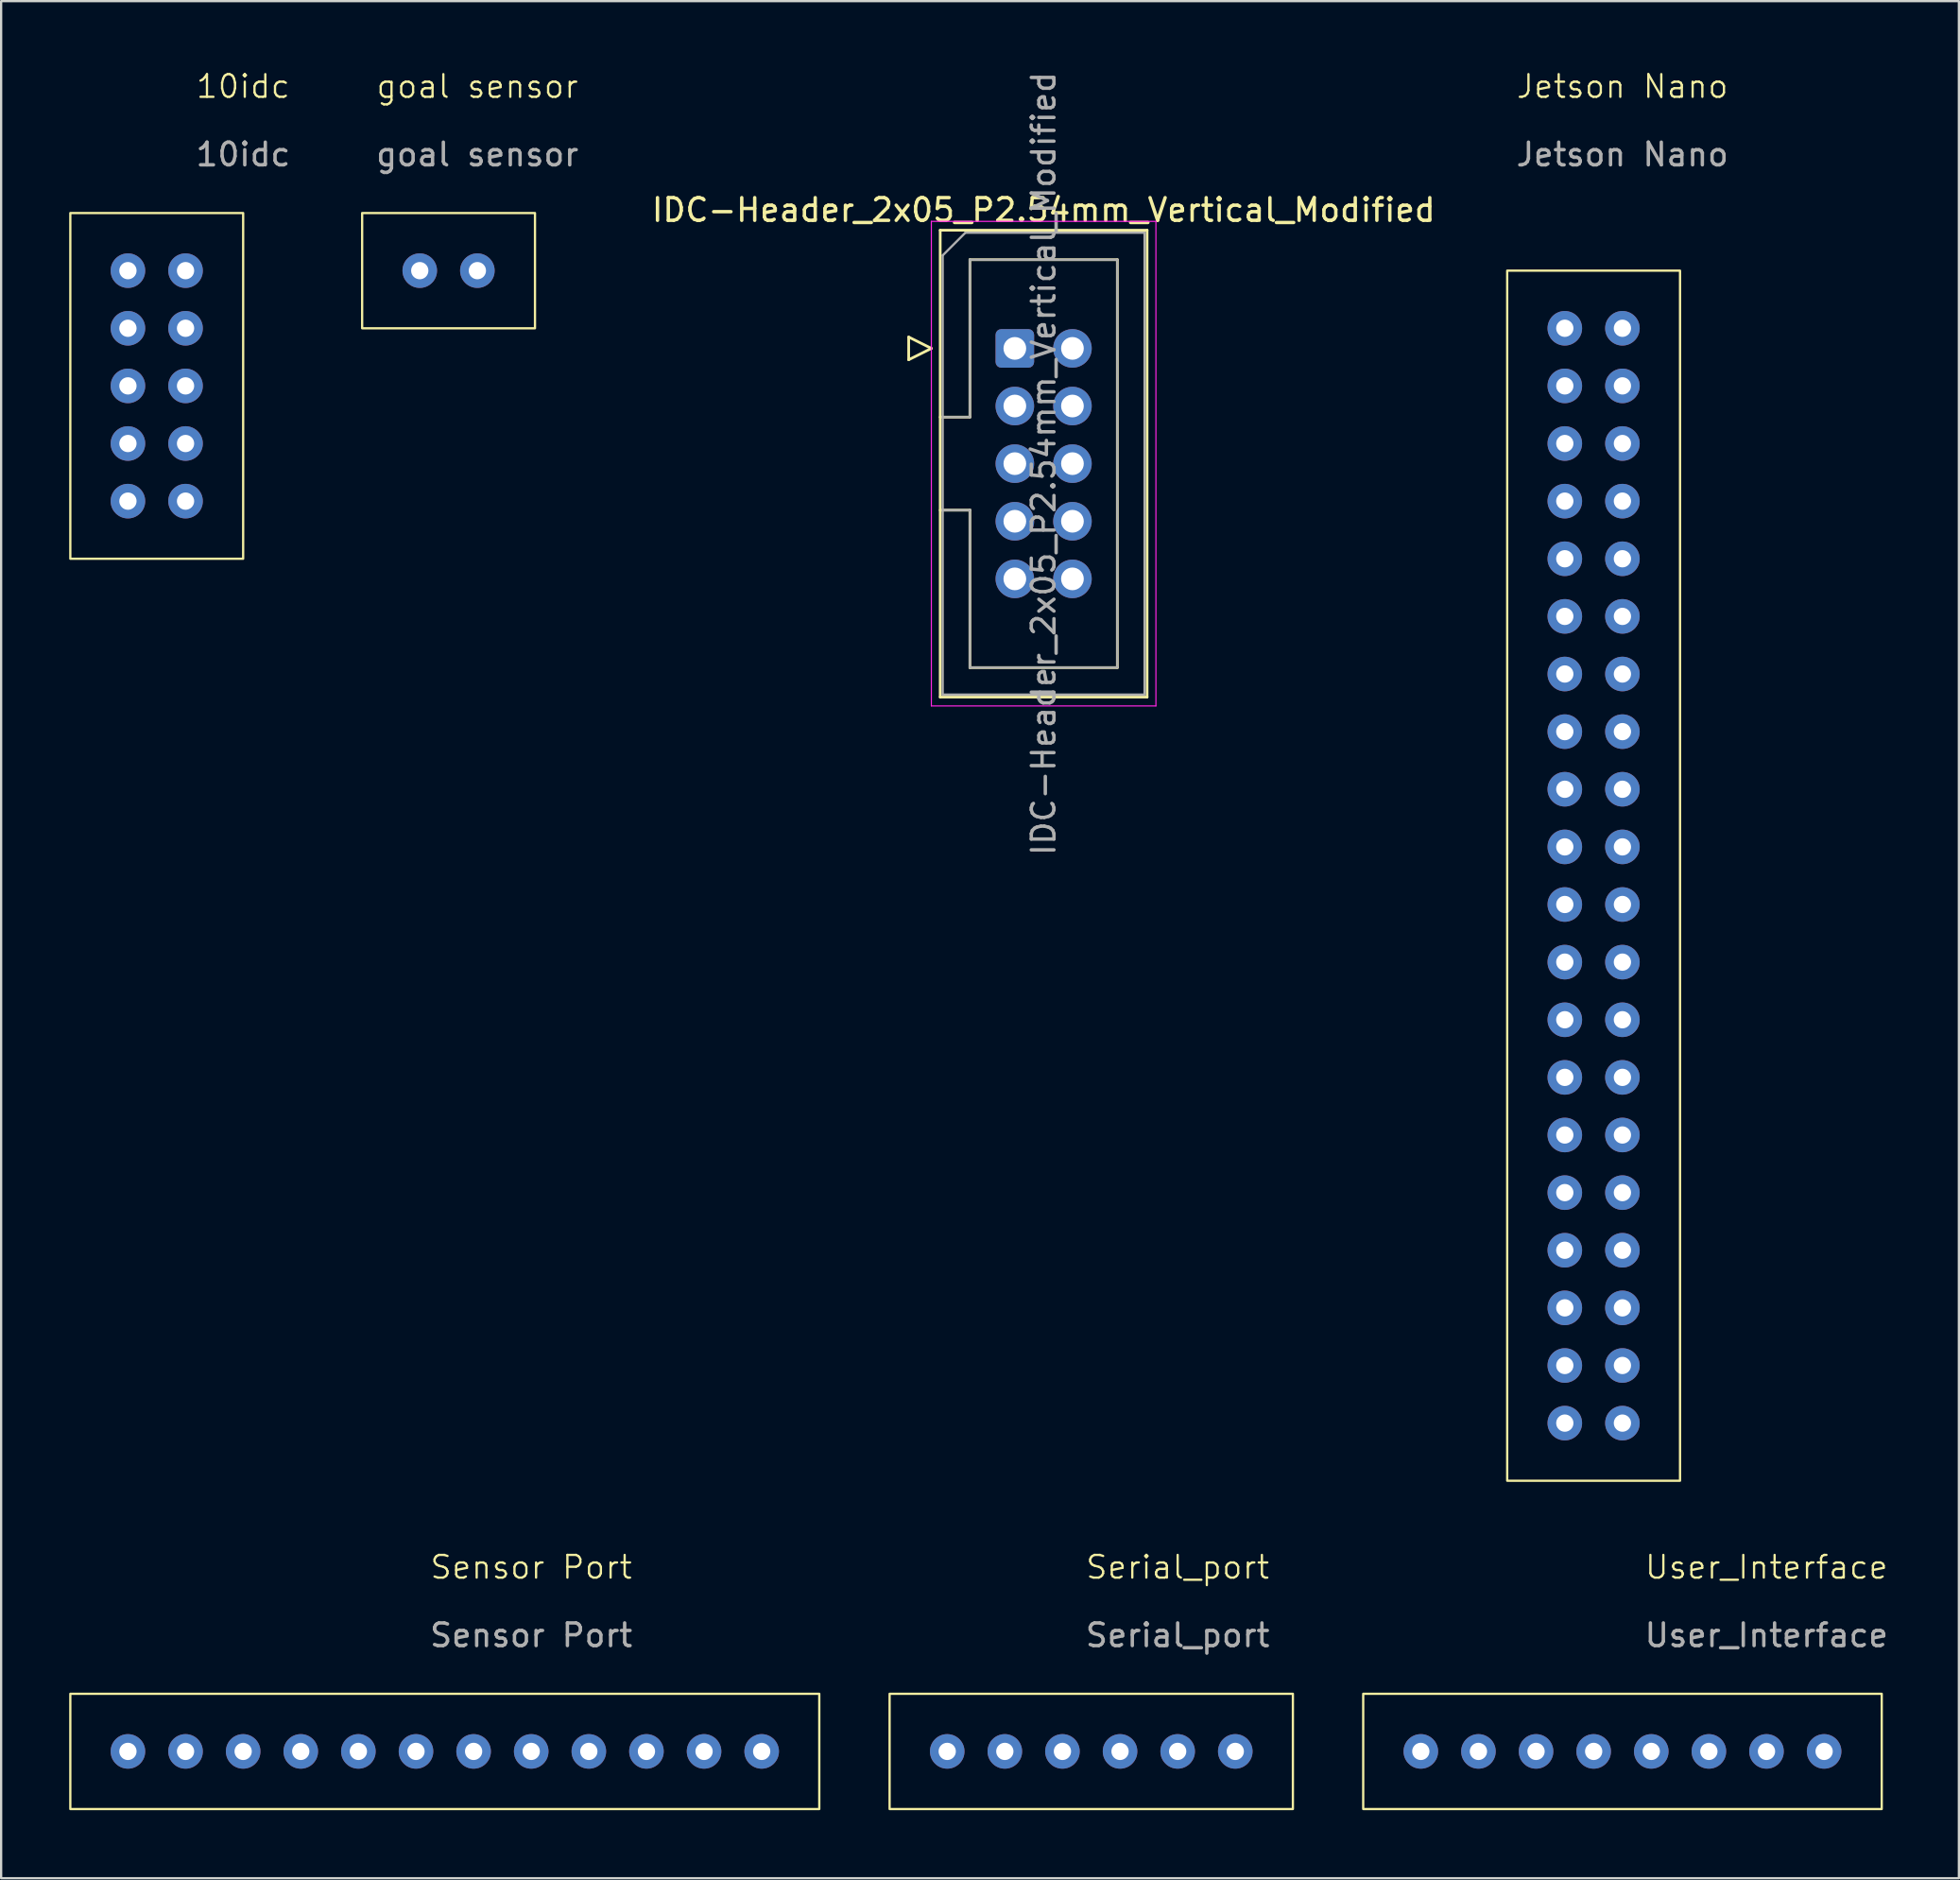
<source format=kicad_pcb>
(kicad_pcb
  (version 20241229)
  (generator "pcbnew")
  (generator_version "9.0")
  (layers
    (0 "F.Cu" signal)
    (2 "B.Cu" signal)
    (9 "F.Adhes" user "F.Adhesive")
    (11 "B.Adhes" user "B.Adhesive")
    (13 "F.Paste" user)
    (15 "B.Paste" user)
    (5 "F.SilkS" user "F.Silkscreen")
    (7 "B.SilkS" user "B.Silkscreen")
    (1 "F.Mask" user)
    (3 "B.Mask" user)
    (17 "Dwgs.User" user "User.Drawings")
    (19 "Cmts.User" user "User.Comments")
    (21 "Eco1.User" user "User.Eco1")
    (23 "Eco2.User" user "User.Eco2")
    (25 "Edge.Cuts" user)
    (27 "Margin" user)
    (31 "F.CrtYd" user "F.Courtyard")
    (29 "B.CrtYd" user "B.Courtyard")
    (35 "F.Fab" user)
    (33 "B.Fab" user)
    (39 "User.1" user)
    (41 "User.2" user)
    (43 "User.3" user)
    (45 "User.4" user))
  (footprint "IDC-Header_2x05_P2.54mm_Vertical_Modified"
    (layer "F.Cu")
    (at 41.691 12.307)
    (property "Reference" "IDC-Header_2x05_P2.54mm_Vertical_Modified" (at 1.27 -6.1 0) (layer "F.SilkS") (effects (font (size 1 1) (thickness 0.15))))
    (attr through_hole)
    (fp_line (start -4.68 -0.5) (end -4.68 0.5) (stroke (width 0.12) (type solid)) (layer "F.SilkS"))
    (fp_line (start -4.68 0.5) (end -3.68 0) (stroke (width 0.12) (type solid)) (layer "F.SilkS"))
    (fp_line (start -3.68 0) (end -4.68 -0.5) (stroke (width 0.12) (type solid)) (layer "F.SilkS"))
    (fp_line (start -3.29 -5.21) (end 5.83 -5.21) (stroke (width 0.12) (type solid)) (layer "F.SilkS"))
    (fp_line (start -3.29 3.03) (end -1.98 3.03) (stroke (width 0.12) (type solid)) (layer "F.SilkS"))
    (fp_line (start -3.29 15.37) (end -3.29 -5.21) (stroke (width 0.12) (type solid)) (layer "F.SilkS"))
    (fp_line (start -1.98 -3.91) (end 4.52 -3.91) (stroke (width 0.12) (type solid)) (layer "F.SilkS"))
    (fp_line (start -1.98 3.03) (end -1.98 -3.91) (stroke (width 0.12) (type solid)) (layer "F.SilkS"))
    (fp_line (start -1.98 7.13) (end -3.29 7.13) (stroke (width 0.12) (type solid)) (layer "F.SilkS"))
    (fp_line (start -1.98 7.13) (end -1.98 7.13) (stroke (width 0.12) (type solid)) (layer "F.SilkS"))
    (fp_line (start -1.98 14.07) (end -1.98 7.13) (stroke (width 0.12) (type solid)) (layer "F.SilkS"))
    (fp_line (start 4.52 -3.91) (end 4.52 14.07) (stroke (width 0.12) (type solid)) (layer "F.SilkS"))
    (fp_line (start 4.52 14.07) (end -1.98 14.07) (stroke (width 0.12) (type solid)) (layer "F.SilkS"))
    (fp_line (start 5.83 -5.21) (end 5.83 15.37) (stroke (width 0.12) (type solid)) (layer "F.SilkS"))
    (fp_line (start 5.83 15.37) (end -3.29 15.37) (stroke (width 0.12) (type solid)) (layer "F.SilkS"))
    (fp_line (start -3.68 -5.6) (end -3.68 15.76) (stroke (width 0.05) (type solid)) (layer "F.CrtYd"))
    (fp_line (start -3.68 15.76) (end 6.22 15.76) (stroke (width 0.05) (type solid)) (layer "F.CrtYd"))
    (fp_line (start 6.22 -5.6) (end -3.68 -5.6) (stroke (width 0.05) (type solid)) (layer "F.CrtYd"))
    (fp_line (start 6.22 15.76) (end 6.22 -5.6) (stroke (width 0.05) (type solid)) (layer "F.CrtYd"))
    (fp_line (start -3.18 -4.1) (end -2.18 -5.1) (stroke (width 0.1) (type solid)) (layer "F.Fab"))
    (fp_line (start -3.18 3.03) (end -1.98 3.03) (stroke (width 0.1) (type solid)) (layer "F.Fab"))
    (fp_line (start -3.18 15.26) (end -3.18 -4.1) (stroke (width 0.1) (type solid)) (layer "F.Fab"))
    (fp_line (start -2.18 -5.1) (end 5.72 -5.1) (stroke (width 0.1) (type solid)) (layer "F.Fab"))
    (fp_line (start -1.98 -3.91) (end 4.52 -3.91) (stroke (width 0.1) (type solid)) (layer "F.Fab"))
    (fp_line (start -1.98 3.03) (end -1.98 -3.91) (stroke (width 0.1) (type solid)) (layer "F.Fab"))
    (fp_line (start -1.98 7.13) (end -3.18 7.13) (stroke (width 0.1) (type solid)) (layer "F.Fab"))
    (fp_line (start -1.98 7.13) (end -1.98 7.13) (stroke (width 0.1) (type solid)) (layer "F.Fab"))
    (fp_line (start -1.98 14.07) (end -1.98 7.13) (stroke (width 0.1) (type solid)) (layer "F.Fab"))
    (fp_line (start 4.52 -3.91) (end 4.52 14.07) (stroke (width 0.1) (type solid)) (layer "F.Fab"))
    (fp_line (start 4.52 14.07) (end -1.98 14.07) (stroke (width 0.1) (type solid)) (layer "F.Fab"))
    (fp_line (start 5.72 -5.1) (end 5.72 15.26) (stroke (width 0.1) (type solid)) (layer "F.Fab"))
    (fp_line (start 5.72 15.26) (end -3.18 15.26) (stroke (width 0.1) (type solid)) (layer "F.Fab"))
    (fp_text user "${REFERENCE}" (at 1.27 5.08 90) (layer "F.Fab") (effects (font (size 1 1) (thickness 0.15))))
    (pad "1" thru_hole roundrect (at 0 0) (size 1.7 1.7) (drill 1) (layers "*.Cu" "*.Mask") (roundrect_rratio 0.147))
    (pad "2" thru_hole circle (at 0 2.54) (size 1.7 1.7) (drill 1) (layers "*.Cu" "*.Mask"))
    (pad "3" thru_hole circle (at 0 5.08) (size 1.7 1.7) (drill 1) (layers "*.Cu" "*.Mask"))
    (pad "4" thru_hole circle (at 0 7.62) (size 1.7 1.7) (drill 1) (layers "*.Cu" "*.Mask"))
    (pad "5" thru_hole circle (at 0 10.16) (size 1.7 1.7) (drill 1) (layers "*.Cu" "*.Mask"))
    (pad "6" thru_hole circle (at 2.54 0) (size 1.7 1.7) (drill 1) (layers "*.Cu" "*.Mask"))
    (pad "7" thru_hole circle (at 2.54 2.54) (size 1.7 1.7) (drill 1) (layers "*.Cu" "*.Mask"))
    (pad "8" thru_hole circle (at 2.54 5.08) (size 1.7 1.7) (drill 1) (layers "*.Cu" "*.Mask"))
    (pad "9" thru_hole circle (at 2.54 7.62) (size 1.7 1.7) (drill 1) (layers "*.Cu" "*.Mask"))
    (pad "10" thru_hole circle (at 2.54 10.16) (size 1.7 1.7) (drill 1) (layers "*.Cu" "*.Mask")))
  (footprint "goal sensor"
    (layer "F.Cu")
    (at 17.996 1.26)
    (property "Reference" "goal sensor" (at 0 -0.5 0) (unlocked yes) (layer "F.SilkS") (effects (font (size 1 1) (thickness 0.1))))
    (attr through_hole)
    (fp_rect (start -5.08 5.08) (end 2.54 10.16) (stroke (width 0.1) (type default)) (fill no) (layer "F.SilkS"))
    (fp_text user "${REFERENCE}" (at 0 2.5 0) (unlocked yes) (layer "F.Fab") (effects (font (size 1 1) (thickness 0.15))))
    (pad "1" thru_hole circle (at -2.54 7.62) (size 1.524 1.524) (drill 0.762) (layers "*.Cu" "*.Mask"))
    (pad "2" thru_hole circle (at 0 7.62) (size 1.524 1.524) (drill 0.762) (layers "*.Cu" "*.Mask")))
  (footprint "10idc"
    (layer "F.Cu")
    (at 7.67 1.26)
    (property "Reference" "10idc" (at 0 -0.5 0) (unlocked yes) (layer "F.SilkS") (effects (font (size 1 1) (thickness 0.1))))
    (attr through_hole)
    (fp_rect (start -7.62 5.08) (end 0 20.32) (stroke (width 0.1) (type default)) (fill no) (layer "F.SilkS"))
    (fp_text user "${REFERENCE}" (at 0 2.5 0) (unlocked yes) (layer "F.Fab") (effects (font (size 1 1) (thickness 0.15))))
    (pad "1" thru_hole circle (at -5.08 7.62) (size 1.524 1.524) (drill 0.762) (layers "*.Cu" "*.Mask"))
    (pad "2" thru_hole circle (at -5.08 10.16) (size 1.524 1.524) (drill 0.762) (layers "*.Cu" "*.Mask"))
    (pad "3" thru_hole circle (at -5.08 12.7) (size 1.524 1.524) (drill 0.762) (layers "*.Cu" "*.Mask"))
    (pad "4" thru_hole circle (at -5.08 15.24) (size 1.524 1.524) (drill 0.762) (layers "*.Cu" "*.Mask"))
    (pad "5" thru_hole circle (at -5.08 17.78) (size 1.524 1.524) (drill 0.762) (layers "*.Cu" "*.Mask"))
    (pad "6" thru_hole circle (at -2.54 7.62) (size 1.524 1.524) (drill 0.762) (layers "*.Cu" "*.Mask"))
    (pad "7" thru_hole circle (at -2.54 10.16) (size 1.524 1.524) (drill 0.762) (layers "*.Cu" "*.Mask"))
    (pad "8" thru_hole circle (at -2.54 12.7) (size 1.524 1.524) (drill 0.762) (layers "*.Cu" "*.Mask"))
    (pad "9" thru_hole circle (at -2.54 15.24) (size 1.524 1.524) (drill 0.762) (layers "*.Cu" "*.Mask"))
    (pad "10" thru_hole circle (at -2.54 17.78) (size 1.524 1.524) (drill 0.762) (layers "*.Cu" "*.Mask")))
  (footprint "Jetson Nano"
    (layer "F.Cu")
    (at 68.478 1.26)
    (property "Reference" "Jetson Nano" (at 0 -0.5 0) (unlocked yes) (layer "F.SilkS") (effects (font (size 1 1) (thickness 0.1))))
    (attr through_hole)
    (fp_rect (start -5.08 7.62) (end 2.54 60.96) (stroke (width 0.1) (type default)) (fill no) (layer "F.SilkS"))
    (fp_text user "${REFERENCE}" (at 0 2.5 0) (unlocked yes) (layer "F.Fab") (effects (font (size 1 1) (thickness 0.15))))
    (pad "1" thru_hole circle (at -2.54 10.16) (size 1.524 1.524) (drill 0.762) (layers "*.Cu" "*.Mask"))
    (pad "2" thru_hole circle (at 0 10.16) (size 1.524 1.524) (drill 0.762) (layers "*.Cu" "*.Mask"))
    (pad "3" thru_hole circle (at -2.54 12.7) (size 1.524 1.524) (drill 0.762) (layers "*.Cu" "*.Mask"))
    (pad "4" thru_hole circle (at 0 12.7) (size 1.524 1.524) (drill 0.762) (layers "*.Cu" "*.Mask"))
    (pad "5" thru_hole circle (at -2.54 15.24) (size 1.524 1.524) (drill 0.762) (layers "*.Cu" "*.Mask"))
    (pad "6" thru_hole circle (at 0 15.24) (size 1.524 1.524) (drill 0.762) (layers "*.Cu" "*.Mask"))
    (pad "7" thru_hole circle (at -2.54 17.78) (size 1.524 1.524) (drill 0.762) (layers "*.Cu" "*.Mask"))
    (pad "8" thru_hole circle (at 0 17.78) (size 1.524 1.524) (drill 0.762) (layers "*.Cu" "*.Mask"))
    (pad "9" thru_hole circle (at -2.54 20.32) (size 1.524 1.524) (drill 0.762) (layers "*.Cu" "*.Mask"))
    (pad "10" thru_hole circle (at 0 20.32) (size 1.524 1.524) (drill 0.762) (layers "*.Cu" "*.Mask"))
    (pad "11" thru_hole circle (at -2.54 22.86) (size 1.524 1.524) (drill 0.762) (layers "*.Cu" "*.Mask"))
    (pad "12" thru_hole circle (at 0 22.86) (size 1.524 1.524) (drill 0.762) (layers "*.Cu" "*.Mask"))
    (pad "13" thru_hole circle (at -2.54 25.4) (size 1.524 1.524) (drill 0.762) (layers "*.Cu" "*.Mask"))
    (pad "14" thru_hole circle (at 0 25.4) (size 1.524 1.524) (drill 0.762) (layers "*.Cu" "*.Mask"))
    (pad "15" thru_hole circle (at -2.54 27.94) (size 1.524 1.524) (drill 0.762) (layers "*.Cu" "*.Mask"))
    (pad "16" thru_hole circle (at 0 27.94) (size 1.524 1.524) (drill 0.762) (layers "*.Cu" "*.Mask"))
    (pad "17" thru_hole circle (at -2.54 30.48) (size 1.524 1.524) (drill 0.762) (layers "*.Cu" "*.Mask"))
    (pad "18" thru_hole circle (at 0 30.48) (size 1.524 1.524) (drill 0.762) (layers "*.Cu" "*.Mask"))
    (pad "19" thru_hole circle (at -2.54 33.02) (size 1.524 1.524) (drill 0.762) (layers "*.Cu" "*.Mask"))
    (pad "20" thru_hole circle (at 0 33.02) (size 1.524 1.524) (drill 0.762) (layers "*.Cu" "*.Mask"))
    (pad "21" thru_hole circle (at -2.54 35.56) (size 1.524 1.524) (drill 0.762) (layers "*.Cu" "*.Mask"))
    (pad "22" thru_hole circle (at 0 35.56) (size 1.524 1.524) (drill 0.762) (layers "*.Cu" "*.Mask"))
    (pad "23" thru_hole circle (at -2.54 38.1) (size 1.524 1.524) (drill 0.762) (layers "*.Cu" "*.Mask"))
    (pad "24" thru_hole circle (at 0 38.1) (size 1.524 1.524) (drill 0.762) (layers "*.Cu" "*.Mask"))
    (pad "25" thru_hole circle (at -2.54 40.64) (size 1.524 1.524) (drill 0.762) (layers "*.Cu" "*.Mask"))
    (pad "26" thru_hole circle (at 0 40.64) (size 1.524 1.524) (drill 0.762) (layers "*.Cu" "*.Mask"))
    (pad "27" thru_hole circle (at -2.54 43.18) (size 1.524 1.524) (drill 0.762) (layers "*.Cu" "*.Mask"))
    (pad "28" thru_hole circle (at 0 43.18) (size 1.524 1.524) (drill 0.762) (layers "*.Cu" "*.Mask"))
    (pad "29" thru_hole circle (at -2.54 45.72) (size 1.524 1.524) (drill 0.762) (layers "*.Cu" "*.Mask"))
    (pad "30" thru_hole circle (at 0 45.72) (size 1.524 1.524) (drill 0.762) (layers "*.Cu" "*.Mask"))
    (pad "31" thru_hole circle (at -2.54 48.26) (size 1.524 1.524) (drill 0.762) (layers "*.Cu" "*.Mask"))
    (pad "32" thru_hole circle (at 0 48.26) (size 1.524 1.524) (drill 0.762) (layers "*.Cu" "*.Mask"))
    (pad "33" thru_hole circle (at -2.54 50.8) (size 1.524 1.524) (drill 0.762) (layers "*.Cu" "*.Mask"))
    (pad "34" thru_hole circle (at 0 50.8) (size 1.524 1.524) (drill 0.762) (layers "*.Cu" "*.Mask"))
    (pad "35" thru_hole circle (at -2.54 53.34) (size 1.524 1.524) (drill 0.762) (layers "*.Cu" "*.Mask"))
    (pad "36" thru_hole circle (at 0 53.34) (size 1.524 1.524) (drill 0.762) (layers "*.Cu" "*.Mask"))
    (pad "37" thru_hole circle (at -2.54 55.88) (size 1.524 1.524) (drill 0.762) (layers "*.Cu" "*.Mask"))
    (pad "38" thru_hole circle (at 0 55.88) (size 1.524 1.524) (drill 0.762) (layers "*.Cu" "*.Mask"))
    (pad "39" thru_hole circle (at -2.54 58.42) (size 1.524 1.524) (drill 0.762) (layers "*.Cu" "*.Mask"))
    (pad "40" thru_hole circle (at 0 58.42) (size 1.524 1.524) (drill 0.762) (layers "*.Cu" "*.Mask")))
  (footprint "Sensor Port"
    (layer "F.Cu")
    (at 20.37 66.531)
    (property "Reference" "Sensor Port" (at 0 -0.5 0) (unlocked yes) (layer "F.SilkS") (effects (font (size 1 1) (thickness 0.1))))
    (attr through_hole)
    (fp_rect (start -20.32 5.08) (end 12.7 10.16) (stroke (width 0.1) (type default)) (fill no) (layer "F.SilkS"))
    (fp_text user "${REFERENCE}" (at 0 2.5 0) (unlocked yes) (layer "F.Fab") (effects (font (size 1 1) (thickness 0.15))))
    (pad "1" thru_hole circle (at -17.78 7.62) (size 1.524 1.524) (drill 0.762) (layers "*.Cu" "*.Mask"))
    (pad "2" thru_hole circle (at -15.24 7.62) (size 1.524 1.524) (drill 0.762) (layers "*.Cu" "*.Mask"))
    (pad "3" thru_hole circle (at -12.7 7.62) (size 1.524 1.524) (drill 0.762) (layers "*.Cu" "*.Mask"))
    (pad "4" thru_hole circle (at -10.16 7.62) (size 1.524 1.524) (drill 0.762) (layers "*.Cu" "*.Mask"))
    (pad "5" thru_hole circle (at -7.62 7.62) (size 1.524 1.524) (drill 0.762) (layers "*.Cu" "*.Mask"))
    (pad "6" thru_hole circle (at -5.08 7.62) (size 1.524 1.524) (drill 0.762) (layers "*.Cu" "*.Mask"))
    (pad "7" thru_hole circle (at -2.54 7.62) (size 1.524 1.524) (drill 0.762) (layers "*.Cu" "*.Mask"))
    (pad "8" thru_hole circle (at 0 7.62) (size 1.524 1.524) (drill 0.762) (layers "*.Cu" "*.Mask"))
    (pad "9" thru_hole circle (at 2.54 7.62) (size 1.524 1.524) (drill 0.762) (layers "*.Cu" "*.Mask"))
    (pad "10" thru_hole circle (at 5.08 7.62) (size 1.524 1.524) (drill 0.762) (layers "*.Cu" "*.Mask"))
    (pad "11" thru_hole circle (at 7.62 7.62) (size 1.524 1.524) (drill 0.762) (layers "*.Cu" "*.Mask"))
    (pad "12" thru_hole circle (at 10.16 7.62) (size 1.524 1.524) (drill 0.762) (layers "*.Cu" "*.Mask")))
  (footprint "Serial_port"
    (layer "F.Cu")
    (at 48.87 66.531)
    (property "Reference" "Serial_port" (at 0 -0.5 0) (unlocked yes) (layer "F.SilkS") (effects (font (size 1 1) (thickness 0.1))))
    (attr through_hole)
    (fp_rect (start -12.7 5.08) (end 5.08 10.16) (stroke (width 0.1) (type default)) (fill no) (layer "F.SilkS"))
    (fp_text user "${REFERENCE}" (at 0 2.5 0) (unlocked yes) (layer "F.Fab") (effects (font (size 1 1) (thickness 0.15))))
    (pad "1" thru_hole circle (at -10.16 7.62) (size 1.524 1.524) (drill 0.762) (layers "*.Cu" "*.Mask"))
    (pad "2" thru_hole circle (at -7.62 7.62) (size 1.524 1.524) (drill 0.762) (layers "*.Cu" "*.Mask"))
    (pad "3" thru_hole circle (at -5.08 7.62) (size 1.524 1.524) (drill 0.762) (layers "*.Cu" "*.Mask"))
    (pad "4" thru_hole circle (at -2.54 7.62) (size 1.524 1.524) (drill 0.762) (layers "*.Cu" "*.Mask"))
    (pad "5" thru_hole circle (at 0 7.62) (size 1.524 1.524) (drill 0.762) (layers "*.Cu" "*.Mask"))
    (pad "6" thru_hole circle (at 2.54 7.62) (size 1.524 1.524) (drill 0.762) (layers "*.Cu" "*.Mask")))
  (footprint "User_Interface"
    (layer "F.Cu")
    (at 74.83 66.531)
    (property "Reference" "User_Interface" (at 0 -0.5 0) (unlocked yes) (layer "F.SilkS") (effects (font (size 1 1) (thickness 0.1))))
    (attr through_hole)
    (fp_rect (start -17.78 5.08) (end 5.08 10.16) (stroke (width 0.1) (type default)) (fill no) (layer "F.SilkS"))
    (fp_text user "${REFERENCE}" (at 0 2.5 0) (unlocked yes) (layer "F.Fab") (effects (font (size 1 1) (thickness 0.15))))
    (pad "1" thru_hole circle (at -15.24 7.62) (size 1.524 1.524) (drill 0.762) (layers "*.Cu" "*.Mask"))
    (pad "2" thru_hole circle (at -12.7 7.62) (size 1.524 1.524) (drill 0.762) (layers "*.Cu" "*.Mask"))
    (pad "3" thru_hole circle (at -10.16 7.62) (size 1.524 1.524) (drill 0.762) (layers "*.Cu" "*.Mask"))
    (pad "4" thru_hole circle (at -7.62 7.62) (size 1.524 1.524) (drill 0.762) (layers "*.Cu" "*.Mask"))
    (pad "5" thru_hole circle (at -5.08 7.62) (size 1.524 1.524) (drill 0.762) (layers "*.Cu" "*.Mask"))
    (pad "6" thru_hole circle (at -2.54 7.62) (size 1.524 1.524) (drill 0.762) (layers "*.Cu" "*.Mask"))
    (pad "7" thru_hole circle (at 0 7.62) (size 1.524 1.524) (drill 0.762) (layers "*.Cu" "*.Mask"))
    (pad "8" thru_hole circle (at 2.54 7.62) (size 1.524 1.524) (drill 0.762) (layers "*.Cu" "*.Mask")))
  (gr_rect
    (start -3 -3)
    (end 83.312 79.741)
    (stroke (width 0.1) (type default))
    (fill no)
    (layer "Edge.Cuts")))
</source>
